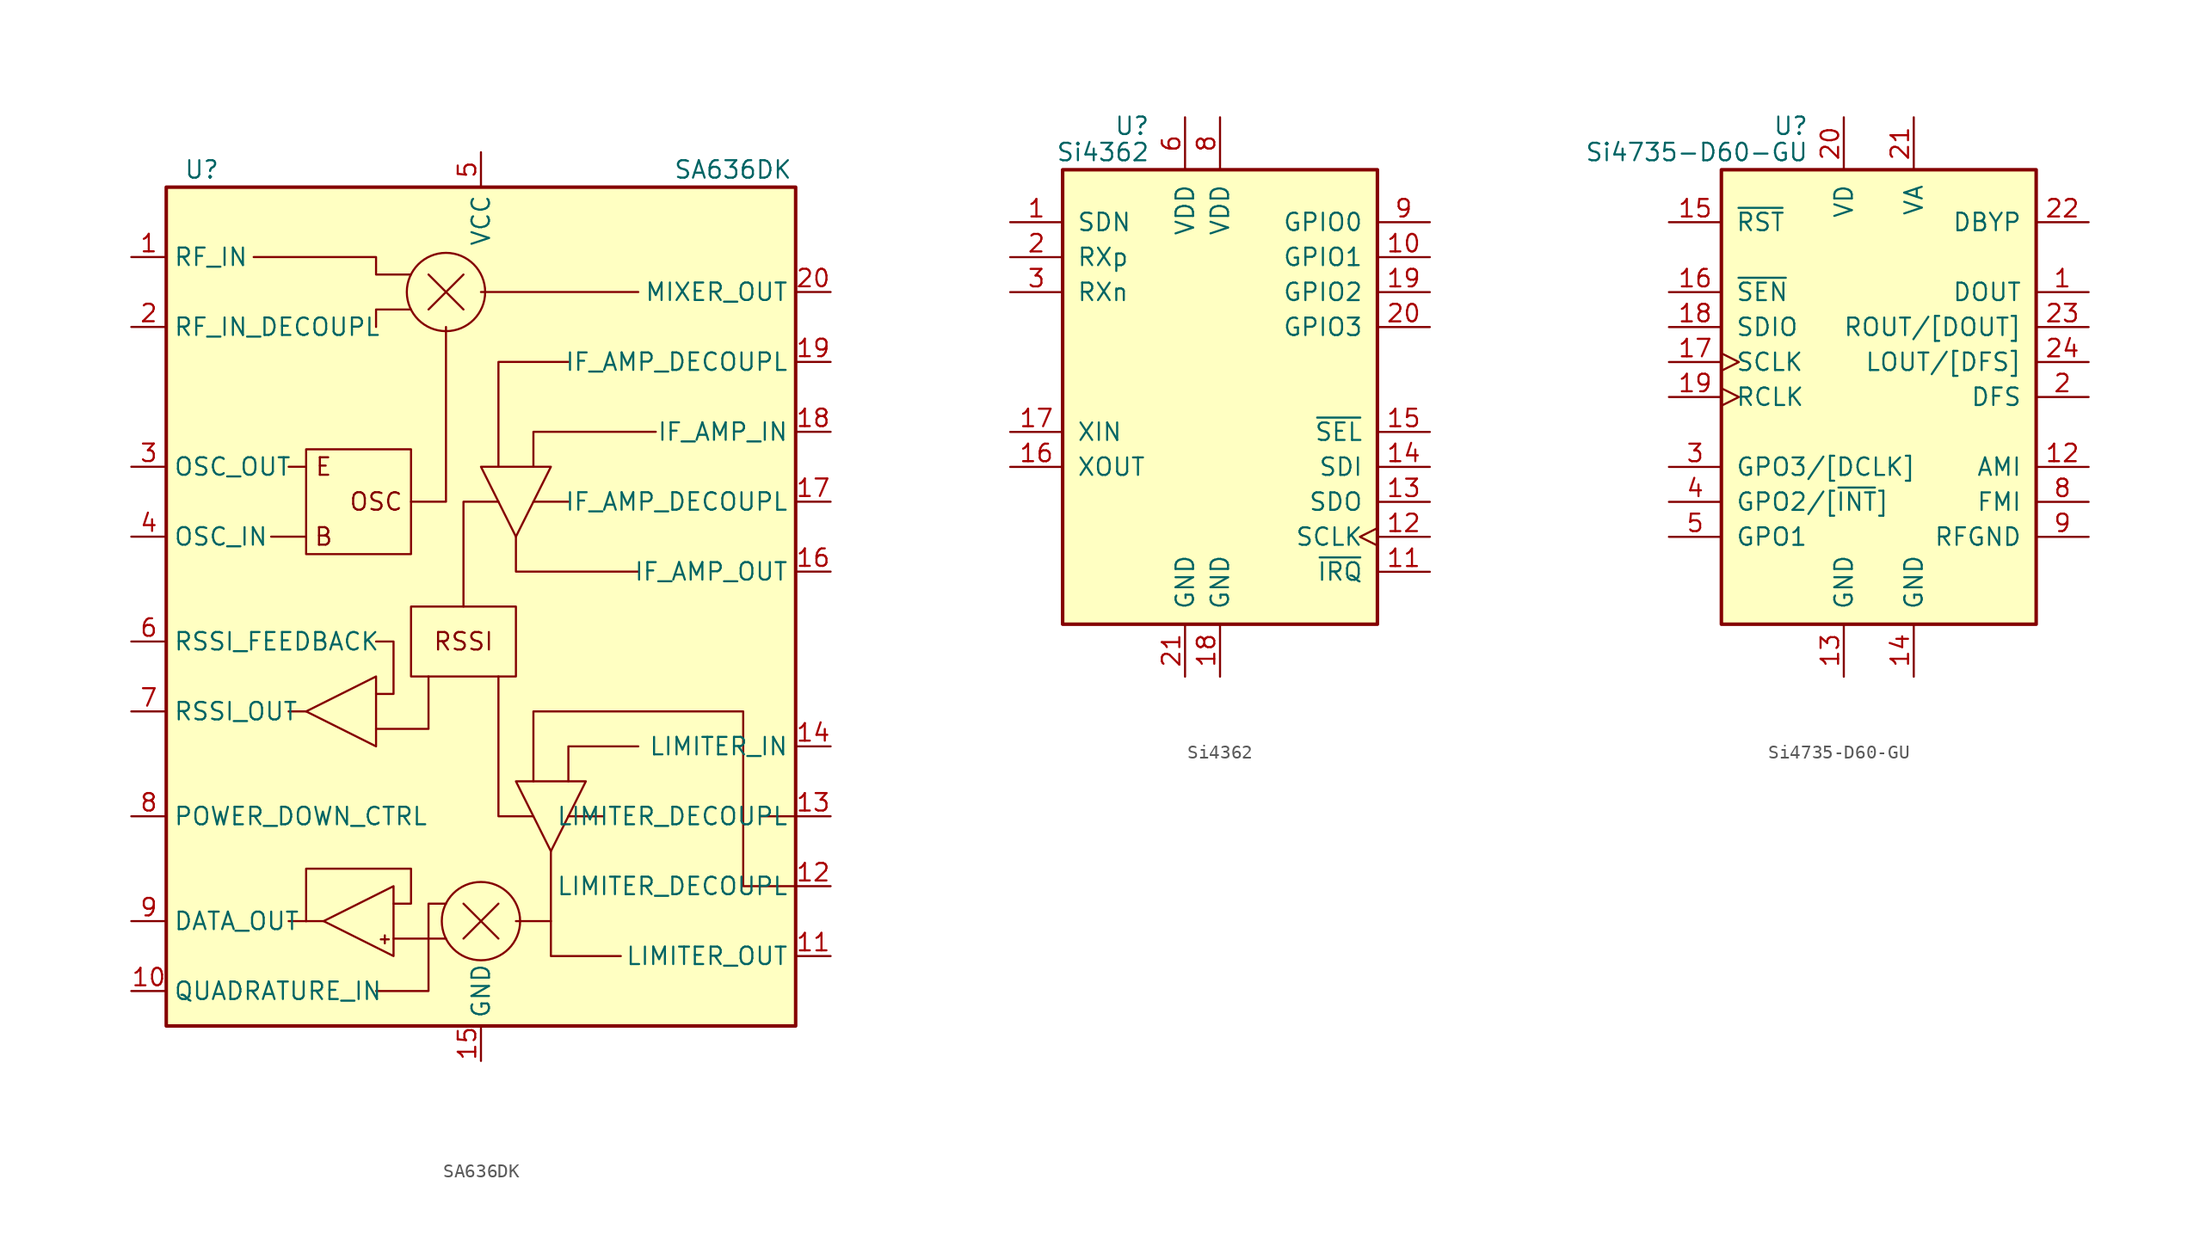
<source format=kicad_sym>
(kicad_symbol_lib
  (version 20200908)
  (generator kicad_symbol_editor)
  (symbol "RF_AM_FM:SA636DK"
    (property "Reference" "U"
      (at -21.59 31.75 0)
      (effects (font (size 1.27 1.27)) (justify left)))
    (property "Value" "SA636DK"
      (at 13.97 31.75 0)
      (effects (font (size 1.27 1.27)) (justify left)))
    (symbol "SA636DK_0_1"
      (circle (center -2.54 22.86) (radius 2.845) (stroke (width 0)) (fill (type none)))
      (circle (center 0 -22.86) (radius 2.845) (stroke (width 0)) (fill (type none)))
      (rectangle (start -22.86 30.48) (end 22.86 -30.48) (stroke (width 0.254)) (fill (type background)))
      (polyline (pts (xy -3.81 21.59) (xy -1.27 24.13)) (stroke (width 0)) (fill (type none)))
      (polyline (pts (xy -3.81 24.13) (xy -1.27 21.59)) (stroke (width 0)) (fill (type none)))
      (polyline (pts (xy -1.27 -24.13) (xy 1.27 -21.59)) (stroke (width 0)) (fill (type none)))
      (polyline (pts (xy -1.27 -21.59) (xy 1.27 -24.13)) (stroke (width 0)) (fill (type none)))
      (polyline (pts (xy 2.54 -22.86) (xy 5.08 -22.86)) (stroke (width 0)) (fill (type none)))
      (polyline (pts (xy 6.35 -15.24) (xy 8.89 -15.24)) (stroke (width 0)) (fill (type none)))
      (polyline (pts (xy 6.35 7.62) (xy 3.81 7.62)) (stroke (width 0)) (fill (type none)))
      (polyline (pts (xy 11.43 22.86) (xy 0 22.86)) (stroke (width 0)) (fill (type none)))
      (polyline (pts (xy 22.86 -15.24) (xy 20.32 -15.24)) (stroke (width 0)) (fill (type none)))
      (polyline (pts (xy -7.62 20.32) (xy -7.62 21.59) (xy -5.08 21.59)) (stroke (width 0)) (fill (type none)))
      (polyline (pts (xy -2.54 20.32) (xy -2.54 7.62) (xy -5.08 7.62)) (stroke (width 0)) (fill (type none)))
      (polyline (pts (xy 1.27 -5.08) (xy 1.27 -15.24) (xy 3.81 -15.24)) (stroke (width 0)) (fill (type none)))
      (polyline (pts (xy 6.35 17.78) (xy 1.27 17.78) (xy 1.27 10.16)) (stroke (width 0)) (fill (type none)))
      (polyline (pts (xy 11.43 -10.16) (xy 6.35 -10.16) (xy 6.35 -12.7)) (stroke (width 0)) (fill (type none)))
      (polyline (pts (xy 12.7 12.7) (xy 3.81 12.7) (xy 3.81 10.16)) (stroke (width 0)) (fill (type none)))
      (polyline (pts (xy -16.51 25.4) (xy -7.62 25.4) (xy -7.62 24.13) (xy -5.08 24.13)) (stroke (width 0)) (fill (type none)))
      (polyline (pts (xy -7.62 -27.94) (xy -3.81 -27.94) (xy -3.81 -21.59) (xy -2.54 -21.59)) (stroke (width 0)) (fill (type none)))
      (polyline (pts (xy -7.62 -2.54) (xy -6.35 -2.54) (xy -6.35 -6.35) (xy -7.62 -6.35)) (stroke (width 0)) (fill (type none)))
      (polyline (pts (xy -6.35 -21.59) (xy -5.08 -21.59) (xy -5.08 -19.05) (xy -11.43 -19.05) (xy -12.7 -19.05) (xy -12.7 -22.86)) (stroke (width 0)) (fill (type none))))
    (symbol "SA636DK_0_0"
      (text "+" (at -6.985 -24.13 0) (effects (font (size 0.762 0.762))))
      (text "B" (at -11.43 5.08 0) (effects (font (size 1.27 1.27))))
      (text "E" (at -11.43 10.16 0) (effects (font (size 1.27 1.27))))
      (text "OSC" (at -7.62 7.62 0) (effects (font (size 1.27 1.27))))
      (text "RSSI" (at -1.27 -2.54 0) (effects (font (size 1.27 1.27))))
      (rectangle (start -12.7 11.43) (end -5.08 3.81) (stroke (width 0)) (fill (type none)))
      (rectangle (start -5.08 0) (end 2.54 -5.08) (stroke (width 0)) (fill (type none)))
      (polyline (pts (xy -15.24 5.08) (xy -12.7 5.08)) (stroke (width 0)) (fill (type none)))
      (polyline (pts (xy -13.97 -22.86) (xy -12.7 -22.86)) (stroke (width 0)) (fill (type none)))
      (polyline (pts (xy -13.97 -7.62) (xy -12.7 -7.62)) (stroke (width 0)) (fill (type none)))
      (polyline (pts (xy -13.97 10.16) (xy -12.7 10.16)) (stroke (width 0)) (fill (type none)))
      (polyline (pts (xy -11.43 -22.86) (xy -12.7 -22.86)) (stroke (width 0)) (fill (type none)))
      (polyline (pts (xy -6.35 -24.13) (xy -2.54 -24.13)) (stroke (width 0)) (fill (type none)))
      (polyline (pts (xy -7.62 -8.89) (xy -3.81 -8.89) (xy -3.81 -5.08)) (stroke (width 0)) (fill (type none)))
      (polyline (pts (xy -1.27 0) (xy -1.27 7.62) (xy 1.27 7.62)) (stroke (width 0)) (fill (type none)))
      (polyline (pts (xy 2.54 5.08) (xy 2.54 2.54) (xy 11.43 2.54)) (stroke (width 0)) (fill (type none)))
      (polyline (pts (xy 5.08 -17.78) (xy 5.08 -25.4) (xy 10.16 -25.4)) (stroke (width 0)) (fill (type none)))
      (polyline (pts (xy 0 10.16) (xy 5.08 10.16) (xy 2.54 5.08) (xy 0 10.16)) (stroke (width 0)) (fill (type none)))
      (polyline (pts (xy 2.54 -12.7) (xy 7.62 -12.7) (xy 5.08 -17.78) (xy 2.54 -12.7)) (stroke (width 0)) (fill (type none)))
      (polyline (pts (xy 22.86 -20.32) (xy 19.05 -20.32) (xy 19.05 -7.62) (xy 3.81 -7.62) (xy 3.81 -12.7)) (stroke (width 0)) (fill (type none))))
    (symbol "SA636DK_1_0"
      (polyline (pts (xy -7.62 -5.08) (xy -7.62 -10.16) (xy -12.7 -7.62) (xy -7.62 -5.08)) (stroke (width 0)) (fill (type none)))
      (polyline (pts (xy -6.35 -20.32) (xy -6.35 -25.4) (xy -11.43 -22.86) (xy -6.35 -20.32)) (stroke (width 0)) (fill (type none))))
    (symbol "SA636DK_1_1"
      (pin input line (at -25.4 25.4 0) (length 2.54) (name "RF_IN" (effects (font (size 1.27 1.27)))) (number "1" (effects (font (size 1.27 1.27)))))
      (pin input line (at -25.4 -27.94 0) (length 2.54) (name "QUADRATURE_IN" (effects (font (size 1.27 1.27)))) (number "10" (effects (font (size 1.27 1.27)))))
      (pin output line (at 25.4 -25.4 180) (length 2.54) (name "LIMITER_OUT" (effects (font (size 1.27 1.27)))) (number "11" (effects (font (size 1.27 1.27)))))
      (pin passive line (at 25.4 -20.32 180) (length 2.54) (name "LIMITER_DECOUPL" (effects (font (size 1.27 1.27)))) (number "12" (effects (font (size 1.27 1.27)))))
      (pin passive line (at 25.4 -15.24 180) (length 2.54) (name "LIMITER_DECOUPL" (effects (font (size 1.27 1.27)))) (number "13" (effects (font (size 1.27 1.27)))))
      (pin input line (at 25.4 -10.16 180) (length 2.54) (name "LIMITER_IN" (effects (font (size 1.27 1.27)))) (number "14" (effects (font (size 1.27 1.27)))))
      (pin power_in line (at 0 -33.02 90) (length 2.54) (name "GND" (effects (font (size 1.27 1.27)))) (number "15" (effects (font (size 1.27 1.27)))))
      (pin output line (at 25.4 2.54 180) (length 2.54) (name "IF_AMP_OUT" (effects (font (size 1.27 1.27)))) (number "16" (effects (font (size 1.27 1.27)))))
      (pin passive line (at 25.4 7.62 180) (length 2.54) (name "IF_AMP_DECOUPL" (effects (font (size 1.27 1.27)))) (number "17" (effects (font (size 1.27 1.27)))))
      (pin input line (at 25.4 12.7 180) (length 2.54) (name "IF_AMP_IN" (effects (font (size 1.27 1.27)))) (number "18" (effects (font (size 1.27 1.27)))))
      (pin passive line (at 25.4 17.78 180) (length 2.54) (name "IF_AMP_DECOUPL" (effects (font (size 1.27 1.27)))) (number "19" (effects (font (size 1.27 1.27)))))
      (pin passive line (at -25.4 20.32 0) (length 2.54) (name "RF_IN_DECOUPL" (effects (font (size 1.27 1.27)))) (number "2" (effects (font (size 1.27 1.27)))))
      (pin output line (at 25.4 22.86 180) (length 2.54) (name "MIXER_OUT" (effects (font (size 1.27 1.27)))) (number "20" (effects (font (size 1.27 1.27)))))
      (pin output line (at -25.4 10.16 0) (length 2.54) (name "OSC_OUT" (effects (font (size 1.27 1.27)))) (number "3" (effects (font (size 1.27 1.27)))))
      (pin input line (at -25.4 5.08 0) (length 2.54) (name "OSC_IN" (effects (font (size 1.27 1.27)))) (number "4" (effects (font (size 1.27 1.27)))))
      (pin power_in line (at 0 33.02 270) (length 2.54) (name "VCC" (effects (font (size 1.27 1.27)))) (number "5" (effects (font (size 1.27 1.27)))))
      (pin input line (at -25.4 -2.54 0) (length 2.54) (name "RSSI_FEEDBACK" (effects (font (size 1.27 1.27)))) (number "6" (effects (font (size 1.27 1.27)))))
      (pin output line (at -25.4 -7.62 0) (length 2.54) (name "RSSI_OUT" (effects (font (size 1.27 1.27)))) (number "7" (effects (font (size 1.27 1.27)))))
      (pin input line (at -25.4 -15.24 0) (length 2.54) (name "POWER_DOWN_CTRL" (effects (font (size 1.27 1.27)))) (number "8" (effects (font (size 1.27 1.27)))))
      (pin output line (at -25.4 -22.86 0) (length 2.54) (name "DATA_OUT" (effects (font (size 1.27 1.27)))) (number "9" (effects (font (size 1.27 1.27)))))))
  (symbol "RF_AM_FM:Si4362"
    (pin_names
      (offset 1.016))
    (property "Reference" "U"
      (at -5.08 19.685 0)
      (effects (font (size 1.27 1.27)) (justify right)))
    (property "Value" "Si4362"
      (at -5.08 17.78 0)
      (effects (font (size 1.27 1.27)) (justify right)))
    (symbol "Si4362_0_1"
      (rectangle (start -11.43 16.51) (end 11.43 -16.51) (stroke (width 0.254)) (fill (type background))))
    (symbol "Si4362_1_1"
      (pin input line (at -15.24 12.7 0) (length 3.81) (name "SDN" (effects (font (size 1.27 1.27)))) (number "1" (effects (font (size 1.27 1.27)))))
      (pin bidirectional line (at 15.24 10.16 180) (length 3.81) (name "GPIO1" (effects (font (size 1.27 1.27)))) (number "10" (effects (font (size 1.27 1.27)))))
      (pin output line (at 15.24 -12.7 180) (length 3.81) (name "~IRQ" (effects (font (size 1.27 1.27)))) (number "11" (effects (font (size 1.27 1.27)))))
      (pin input clock (at 15.24 -10.16 180) (length 3.81) (name "SCLK" (effects (font (size 1.27 1.27)))) (number "12" (effects (font (size 1.27 1.27)))))
      (pin output line (at 15.24 -7.62 180) (length 3.81) (name "SDO" (effects (font (size 1.27 1.27)))) (number "13" (effects (font (size 1.27 1.27)))))
      (pin input line (at 15.24 -5.08 180) (length 3.81) (name "SDI" (effects (font (size 1.27 1.27)))) (number "14" (effects (font (size 1.27 1.27)))))
      (pin input line (at 15.24 -2.54 180) (length 3.81) (name "~SEL" (effects (font (size 1.27 1.27)))) (number "15" (effects (font (size 1.27 1.27)))))
      (pin output line (at -15.24 -5.08 0) (length 3.81) (name "XOUT" (effects (font (size 1.27 1.27)))) (number "16" (effects (font (size 1.27 1.27)))))
      (pin input line (at -15.24 -2.54 0) (length 3.81) (name "XIN" (effects (font (size 1.27 1.27)))) (number "17" (effects (font (size 1.27 1.27)))))
      (pin power_in line (at 0 -20.32 90) (length 3.81) (name "GND" (effects (font (size 1.27 1.27)))) (number "18" (effects (font (size 1.27 1.27)))))
      (pin bidirectional line (at 15.24 7.62 180) (length 3.81) (name "GPIO2" (effects (font (size 1.27 1.27)))) (number "19" (effects (font (size 1.27 1.27)))))
      (pin input line (at -15.24 10.16 0) (length 3.81) (name "RXp" (effects (font (size 1.27 1.27)))) (number "2" (effects (font (size 1.27 1.27)))))
      (pin bidirectional line (at 15.24 5.08 180) (length 3.81) (name "GPIO3" (effects (font (size 1.27 1.27)))) (number "20" (effects (font (size 1.27 1.27)))))
      (pin power_in line (at -2.54 -20.32 90) (length 3.81) (name "GND" (effects (font (size 1.27 1.27)))) (number "21" (effects (font (size 1.27 1.27)))))
      (pin input line (at -15.24 7.62 0) (length 3.81) (name "RXn" (effects (font (size 1.27 1.27)))) (number "3" (effects (font (size 1.27 1.27)))))
      (pin unconnected line (at 2.54 -20.32 90) (length 3.81) hide (name "NC" (effects (font (size 1.27 1.27)))) (number "4" (effects (font (size 1.27 1.27)))))
      (pin unconnected line (at 5.08 -20.32 90) (length 3.81) hide (name "NC" (effects (font (size 1.27 1.27)))) (number "5" (effects (font (size 1.27 1.27)))))
      (pin power_in line (at -2.54 20.32 270) (length 3.81) (name "VDD" (effects (font (size 1.27 1.27)))) (number "6" (effects (font (size 1.27 1.27)))))
      (pin unconnected line (at 7.62 -20.32 90) (length 3.81) hide (name "NC" (effects (font (size 1.27 1.27)))) (number "7" (effects (font (size 1.27 1.27)))))
      (pin power_in line (at 0 20.32 270) (length 3.81) (name "VDD" (effects (font (size 1.27 1.27)))) (number "8" (effects (font (size 1.27 1.27)))))
      (pin bidirectional line (at 15.24 12.7 180) (length 3.81) (name "GPIO0" (effects (font (size 1.27 1.27)))) (number "9" (effects (font (size 1.27 1.27)))))))
  (symbol "RF_AM_FM:Si4735-D60-GU"
    (pin_names
      (offset 1.016))
    (property "Reference" "U"
      (at -5.08 19.685 0)
      (effects (font (size 1.27 1.27)) (justify right)))
    (property "Value" "Si4735-D60-GU"
      (at -5.08 17.78 0)
      (effects (font (size 1.27 1.27)) (justify right)))
    (symbol "Si4735-D60-GU_0_1"
      (rectangle (start 11.43 16.51) (end -11.43 -16.51) (stroke (width 0.254)) (fill (type background))))
    (symbol "Si4735-D60-GU_1_1"
      (pin output line (at 15.24 7.62 180) (length 3.81) (name "DOUT" (effects (font (size 1.27 1.27)))) (number "1" (effects (font (size 1.27 1.27)))))
      (pin unconnected line (at -5.08 -20.32 90) (length 3.81) hide (name "NC" (effects (font (size 1.27 1.27)))) (number "10" (effects (font (size 1.27 1.27)))))
      (pin unconnected line (at 5.08 -20.32 90) (length 3.81) hide (name "NC" (effects (font (size 1.27 1.27)))) (number "11" (effects (font (size 1.27 1.27)))))
      (pin input line (at 15.24 -5.08 180) (length 3.81) (name "AMI" (effects (font (size 1.27 1.27)))) (number "12" (effects (font (size 1.27 1.27)))))
      (pin power_in line (at -2.54 -20.32 90) (length 3.81) (name "GND" (effects (font (size 1.27 1.27)))) (number "13" (effects (font (size 1.27 1.27)))))
      (pin power_in line (at 2.54 -20.32 90) (length 3.81) (name "GND" (effects (font (size 1.27 1.27)))) (number "14" (effects (font (size 1.27 1.27)))))
      (pin input line (at -15.24 12.7 0) (length 3.81) (name "~RST" (effects (font (size 1.27 1.27)))) (number "15" (effects (font (size 1.27 1.27)))))
      (pin input line (at -15.24 7.62 0) (length 3.81) (name "~SEN" (effects (font (size 1.27 1.27)))) (number "16" (effects (font (size 1.27 1.27)))))
      (pin input clock (at -15.24 2.54 0) (length 3.81) (name "SCLK" (effects (font (size 1.27 1.27)))) (number "17" (effects (font (size 1.27 1.27)))))
      (pin bidirectional line (at -15.24 5.08 0) (length 3.81) (name "SDIO" (effects (font (size 1.27 1.27)))) (number "18" (effects (font (size 1.27 1.27)))))
      (pin input clock (at -15.24 0 0) (length 3.81) (name "RCLK" (effects (font (size 1.27 1.27)))) (number "19" (effects (font (size 1.27 1.27)))))
      (pin input line (at 15.24 0 180) (length 3.81) (name "DFS" (effects (font (size 1.27 1.27)))) (number "2" (effects (font (size 1.27 1.27)))))
      (pin power_in line (at -2.54 20.32 270) (length 3.81) (name "VD" (effects (font (size 1.27 1.27)))) (number "20" (effects (font (size 1.27 1.27)))))
      (pin power_in line (at 2.54 20.32 270) (length 3.81) (name "VA" (effects (font (size 1.27 1.27)))) (number "21" (effects (font (size 1.27 1.27)))))
      (pin passive line (at 15.24 12.7 180) (length 3.81) (name "DBYP" (effects (font (size 1.27 1.27)))) (number "22" (effects (font (size 1.27 1.27)))))
      (pin output line (at 15.24 5.08 180) (length 3.81) (name "ROUT/[DOUT]" (effects (font (size 1.27 1.27)))) (number "23" (effects (font (size 1.27 1.27)))))
      (pin bidirectional line (at 15.24 2.54 180) (length 3.81) (name "LOUT/[DFS]" (effects (font (size 1.27 1.27)))) (number "24" (effects (font (size 1.27 1.27)))))
      (pin bidirectional line (at -15.24 -5.08 0) (length 3.81) (name "GPO3/[DCLK]" (effects (font (size 1.27 1.27)))) (number "3" (effects (font (size 1.27 1.27)))))
      (pin output line (at -15.24 -7.62 0) (length 3.81) (name "GPO2/[~INT~]" (effects (font (size 1.27 1.27)))) (number "4" (effects (font (size 1.27 1.27)))))
      (pin output line (at -15.24 -10.16 0) (length 3.81) (name "GPO1" (effects (font (size 1.27 1.27)))) (number "5" (effects (font (size 1.27 1.27)))))
      (pin unconnected line (at -15.24 -12.7 0) (length 3.81) hide (name "NC" (effects (font (size 1.27 1.27)))) (number "6" (effects (font (size 1.27 1.27)))))
      (pin unconnected line (at 15.24 -12.7 180) (length 3.81) hide (name "NC" (effects (font (size 1.27 1.27)))) (number "7" (effects (font (size 1.27 1.27)))))
      (pin input line (at 15.24 -7.62 180) (length 3.81) (name "FMI" (effects (font (size 1.27 1.27)))) (number "8" (effects (font (size 1.27 1.27)))))
      (pin power_in line (at 15.24 -10.16 180) (length 3.81) (name "RFGND" (effects (font (size 1.27 1.27)))) (number "9" (effects (font (size 1.27 1.27))))))))
</source>
